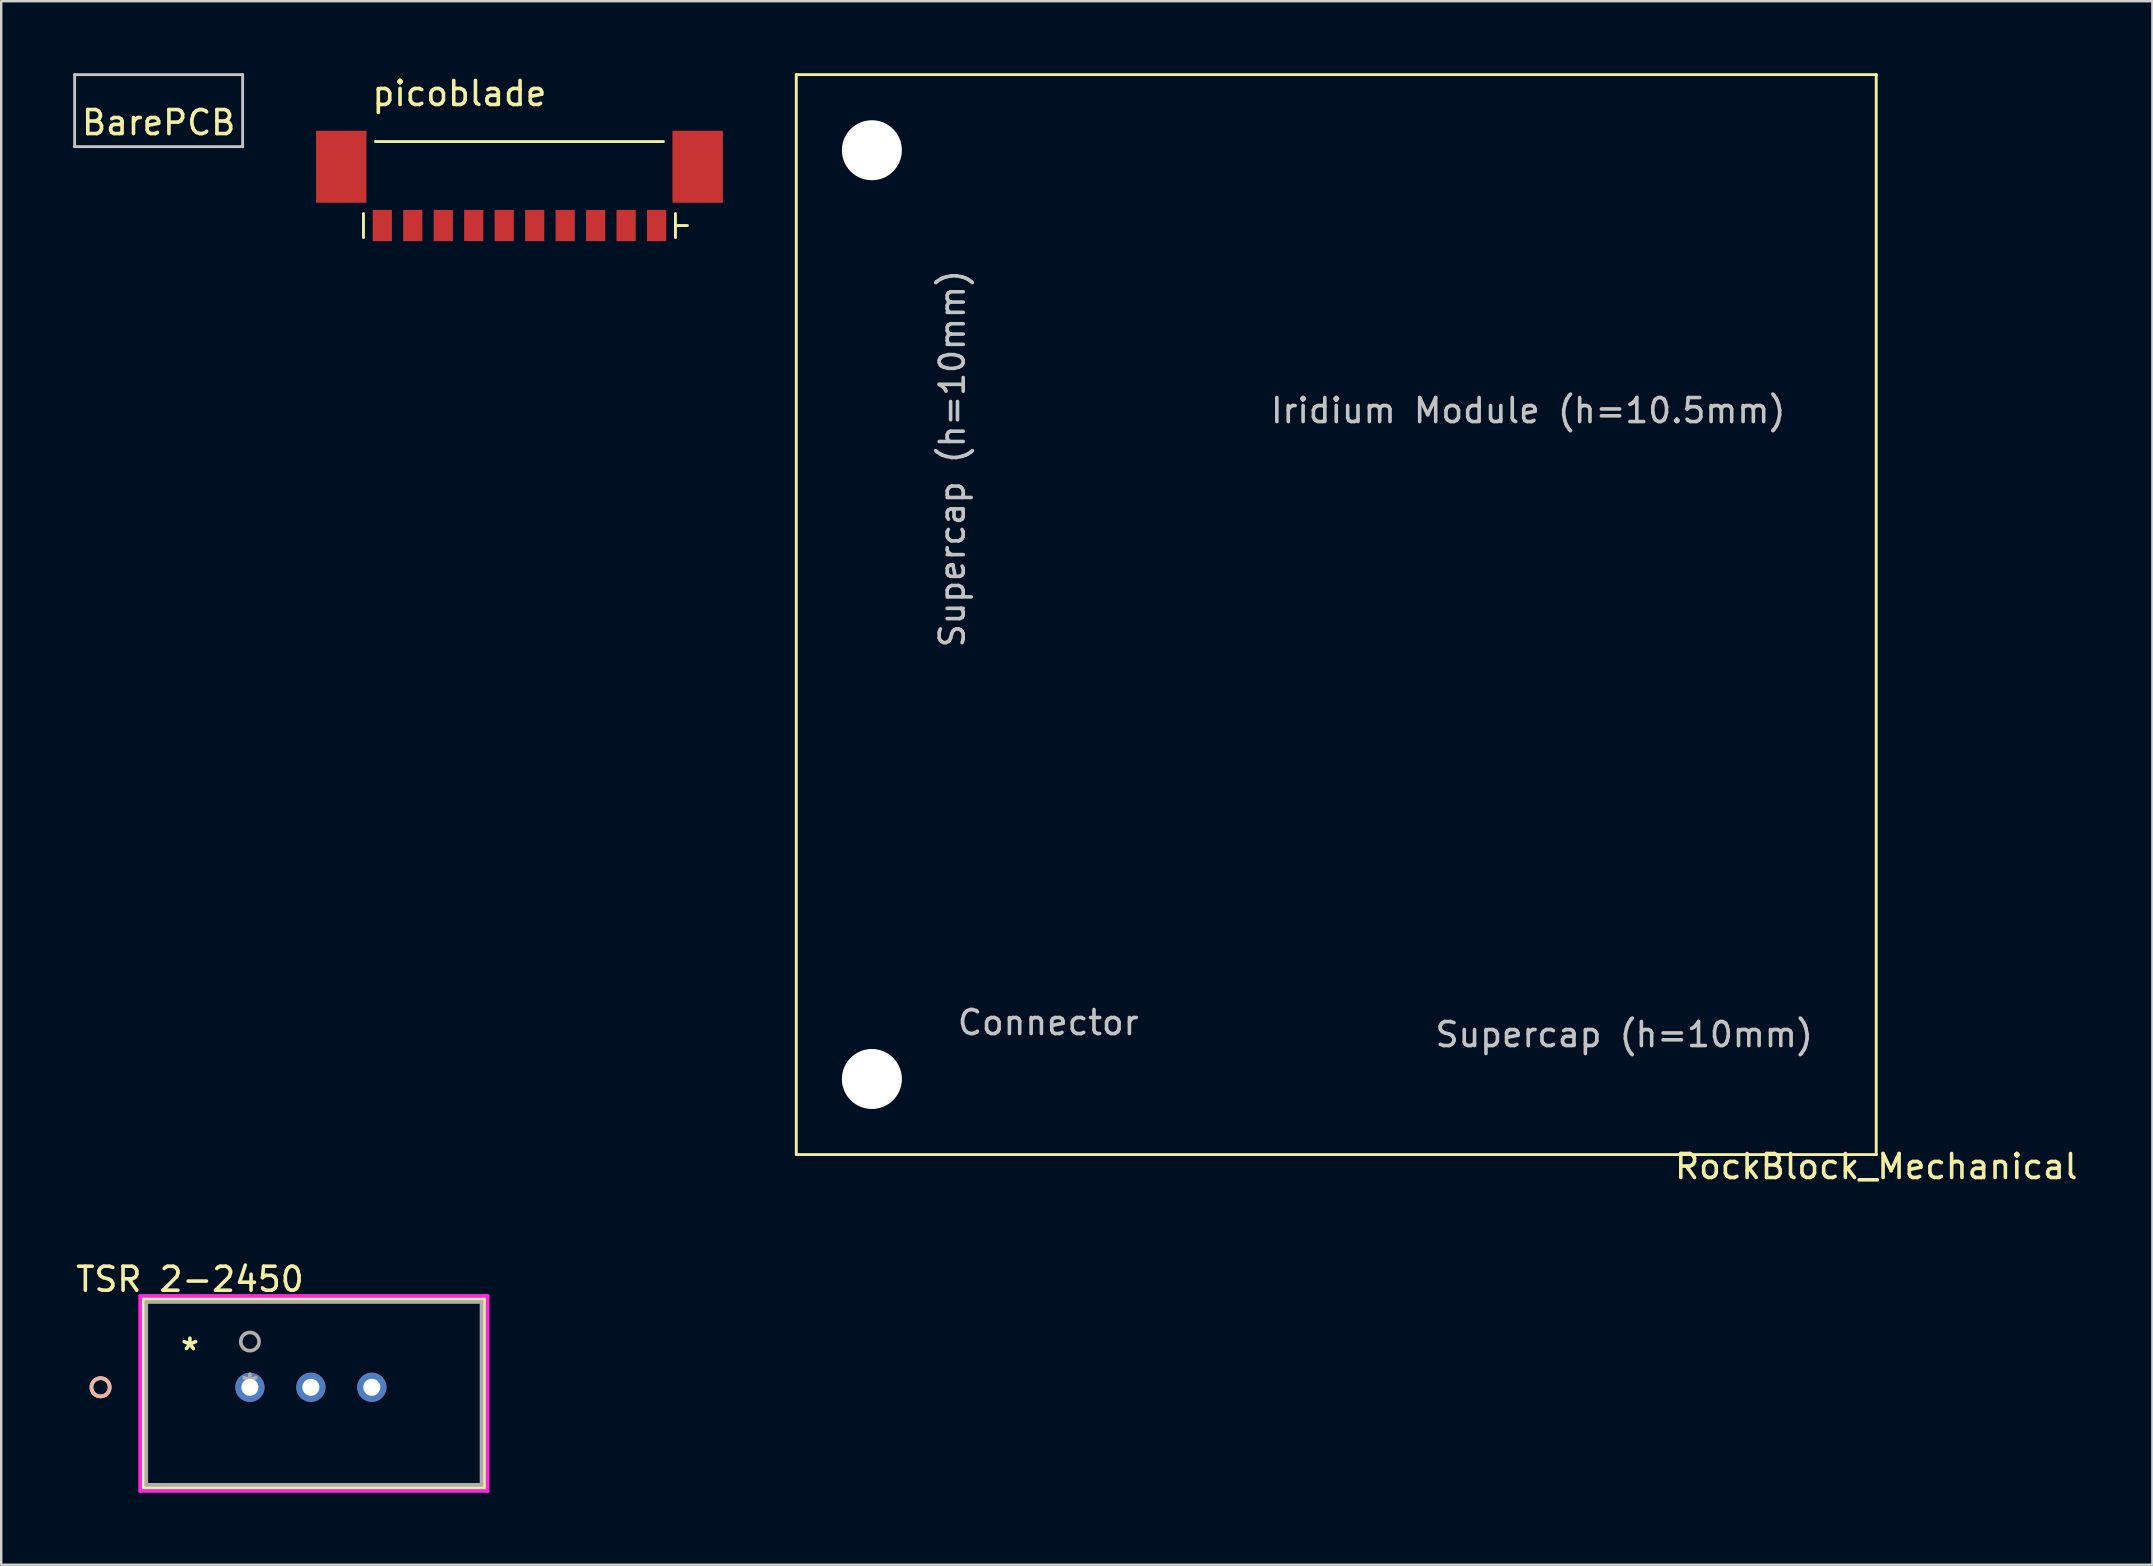
<source format=kicad_pcb>
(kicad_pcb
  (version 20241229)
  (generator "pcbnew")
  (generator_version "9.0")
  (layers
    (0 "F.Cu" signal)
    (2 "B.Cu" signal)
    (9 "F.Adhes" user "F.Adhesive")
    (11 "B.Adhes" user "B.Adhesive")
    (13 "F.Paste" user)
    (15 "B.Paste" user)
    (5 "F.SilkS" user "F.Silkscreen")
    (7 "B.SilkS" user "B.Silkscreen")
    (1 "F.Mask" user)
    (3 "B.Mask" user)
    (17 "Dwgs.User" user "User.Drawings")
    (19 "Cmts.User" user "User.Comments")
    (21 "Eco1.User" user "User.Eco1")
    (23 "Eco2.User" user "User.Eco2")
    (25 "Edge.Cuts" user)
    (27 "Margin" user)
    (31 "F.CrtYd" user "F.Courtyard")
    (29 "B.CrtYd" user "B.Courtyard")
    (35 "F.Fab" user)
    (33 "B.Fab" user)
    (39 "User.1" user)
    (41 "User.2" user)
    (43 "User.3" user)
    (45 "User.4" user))
  (footprint "RockBlock_Mechanical"
    (layer "F.Cu")
    (at 52.63 22.56)
    (property "Reference" "RockBlock_Mechanical" (at 22.5 23 0) (layer "F.SilkS") (effects (font (size 1 1) (thickness 0.15))))
    (attr through_hole)
    (fp_line (start -22.5 -22.5) (end 22.5 -22.5) (stroke (width 0.12) (type solid)) (layer "F.SilkS"))
    (fp_line (start -22.5 22.5) (end -22.5 -22.5) (stroke (width 0.12) (type solid)) (layer "F.SilkS"))
    (fp_line (start 22.5 -22.5) (end 22.5 22.5) (stroke (width 0.12) (type solid)) (layer "F.SilkS"))
    (fp_line (start 22.5 22.5) (end -22.5 22.5) (stroke (width 0.12) (type solid)) (layer "F.SilkS"))
    (fp_text user "Supercap (h=10mm)" (at -16 -6.5 270) (layer "Dwgs.User") (effects (font (size 1 1) (thickness 0.15))))
    (fp_text user "Connector" (at -12 17 0) (layer "Dwgs.User") (effects (font (size 1 1) (thickness 0.15))))
    (fp_text user "Supercap (h=10mm)" (at 12 17.5 0) (layer "Dwgs.User") (effects (font (size 1 1) (thickness 0.15))))
    (fp_text user "Iridium Module (h=10.5mm)" (at 8 -8.5 0) (layer "Dwgs.User") (effects (font (size 1 1) (thickness 0.15))))
    (pad "" np_thru_hole circle (at -19.35 -19.35) (size 2.5 2.5) (drill 2.5) (layers "*.Cu" "*.Mask"))
    (pad "" np_thru_hole circle (at -19.35 19.35) (size 2.5 2.5) (drill 2.5) (layers "*.Cu" "*.Mask")))
  (footprint "picoblade"
    (layer "F.Cu")
    (at 18.595 6.348)
    (property "Reference" "picoblade" (at -2.5 -5.5 0) (layer "F.SilkS") (effects (font (size 1 1) (thickness 0.15))))
    (attr through_hole)
    (fp_line (start -6.5 -0.5) (end -6.5 0.5) (stroke (width 0.12) (type solid)) (layer "F.SilkS"))
    (fp_line (start -6 -3.5) (end 6 -3.5) (stroke (width 0.12) (type solid)) (layer "F.SilkS"))
    (fp_line (start 6.5 -0.5) (end 6.5 0.5) (stroke (width 0.12) (type solid)) (layer "F.SilkS"))
    (fp_line (start 6.5 0) (end 7 0) (stroke (width 0.12) (type solid)) (layer "F.SilkS"))
    (pad "" smd rect (at -7.425 -2.45) (size 2.1 3) (layers "F.Cu" "F.Mask" "F.Paste"))
    (pad "" smd rect (at 7.425 -2.45) (size 2.1 3) (layers "F.Cu" "F.Mask" "F.Paste"))
    (pad "1" smd rect (at 5.715 0) (size 0.8 1.3) (layers "F.Cu" "F.Mask" "F.Paste"))
    (pad "2" smd rect (at 4.445 0) (size 0.8 1.3) (layers "F.Cu" "F.Mask" "F.Paste"))
    (pad "3" smd rect (at 3.175 0) (size 0.8 1.3) (layers "F.Cu" "F.Mask" "F.Paste"))
    (pad "4" smd rect (at 1.905 0) (size 0.8 1.3) (layers "F.Cu" "F.Mask" "F.Paste"))
    (pad "5" smd rect (at 0.635 0) (size 0.8 1.3) (layers "F.Cu" "F.Mask" "F.Paste"))
    (pad "6" smd rect (at -0.635 0) (size 0.8 1.3) (layers "F.Cu" "F.Mask" "F.Paste"))
    (pad "7" smd rect (at -1.905 0) (size 0.8 1.3) (layers "F.Cu" "F.Mask" "F.Paste"))
    (pad "8" smd rect (at -3.175 0) (size 0.8 1.3) (layers "F.Cu" "F.Mask" "F.Paste"))
    (pad "9" smd rect (at -4.445 0) (size 0.8 1.3) (layers "F.Cu" "F.Mask" "F.Paste"))
    (pad "10" smd rect (at -5.715 0) (size 0.8 1.3) (layers "F.Cu" "F.Mask" "F.Paste")))
  (footprint "TSR 2-2450"
    (layer "F.Cu")
    (at 7.363 54.757)
    (property "Reference" "TSR 2-2450" (at -2.5 -4.5 0) (layer "F.SilkS") (effects (font (size 1 1) (thickness 0.15))))
    (attr through_hole)
    (fp_line (start -4.445 -3.683) (end -4.445 4.191) (stroke (width 0.152) (type solid)) (layer "F.SilkS"))
    (fp_line (start -4.445 4.191) (end 9.779 4.191) (stroke (width 0.152) (type solid)) (layer "F.SilkS"))
    (fp_line (start 9.779 -3.683) (end -4.445 -3.683) (stroke (width 0.152) (type solid)) (layer "F.SilkS"))
    (fp_line (start 9.779 4.191) (end 9.779 -3.683) (stroke (width 0.152) (type solid)) (layer "F.SilkS"))
    (fp_circle (center -6.223 0) (end -5.842 0) (stroke (width 0.152) (type solid)) (fill no) (layer "F.SilkS"))
    (fp_circle (center -6.223 0) (end -5.842 0) (stroke (width 0.152) (type solid)) (fill no) (layer "B.SilkS"))
    (fp_line (start -4.572 -3.81) (end -4.572 4.318) (stroke (width 0.152) (type solid)) (layer "F.CrtYd"))
    (fp_line (start -4.572 4.318) (end 9.906 4.318) (stroke (width 0.152) (type solid)) (layer "F.CrtYd"))
    (fp_line (start 9.906 -3.81) (end -4.572 -3.81) (stroke (width 0.152) (type solid)) (layer "F.CrtYd"))
    (fp_line (start 9.906 4.318) (end 9.906 -3.81) (stroke (width 0.152) (type solid)) (layer "F.CrtYd"))
    (fp_line (start -4.318 -3.556) (end -4.318 4.064) (stroke (width 0.152) (type solid)) (layer "F.Fab"))
    (fp_line (start -4.318 4.064) (end 9.652 4.064) (stroke (width 0.152) (type solid)) (layer "F.Fab"))
    (fp_line (start 9.652 -3.556) (end -4.318 -3.556) (stroke (width 0.152) (type solid)) (layer "F.Fab"))
    (fp_line (start 9.652 4.064) (end 9.652 -3.556) (stroke (width 0.152) (type solid)) (layer "F.Fab"))
    (fp_circle (center 0 -1.905) (end 0.381 -1.905) (stroke (width 0.152) (type solid)) (fill no) (layer "F.Fab"))
    (fp_text user "*" (at -2.5 -1.5 0) (layer "F.SilkS") (effects (font (size 1 1) (thickness 0.15))))
    (fp_text user "Copyright 2016 Accelerated Designs. All rights reserved." (at 0 0 0) (layer "Cmts.User") (effects (font (size 0.127 0.127) (thickness 0.002))))
    (fp_text user "*" (at 0 0 0) (layer "F.Fab") (effects (font (size 1 1) (thickness 0.15))))
    (pad "1" thru_hole circle (at 0 0) (size 1.219 1.219) (drill 0.711) (layers "*.Cu" "*.Mask"))
    (pad "2" thru_hole circle (at 2.54 0) (size 1.219 1.219) (drill 0.711) (layers "*.Cu" "*.Mask"))
    (pad "3" thru_hole circle (at 5.08 0) (size 1.219 1.219) (drill 0.711) (layers "*.Cu" "*.Mask")))
  (footprint "BarePCB"
    (layer "F.Cu")
    (at 3.56 1.56)
    (property "Reference" "BarePCB" (at 0 0.5 0) (layer "F.SilkS") (effects (font (size 1 1) (thickness 0.15))))
    (attr through_hole)
    (fp_line (start -3.5 -1.5) (end 3.5 -1.5) (stroke (width 0.12) (type solid)) (layer "Dwgs.User"))
    (fp_line (start -3.5 1.5) (end -3.5 -1.5) (stroke (width 0.12) (type solid)) (layer "Dwgs.User"))
    (fp_line (start 3.5 -1.5) (end 3.5 1.5) (stroke (width 0.12) (type solid)) (layer "Dwgs.User"))
    (fp_line (start 3.5 1.5) (end -3.5 1.5) (stroke (width 0.12) (type solid)) (layer "Dwgs.User")))
  (gr_rect
    (start -3 -3)
    (end 86.636 62.151)
    (stroke (width 0.1) (type default))
    (fill no)
    (layer "Edge.Cuts")))
</source>
